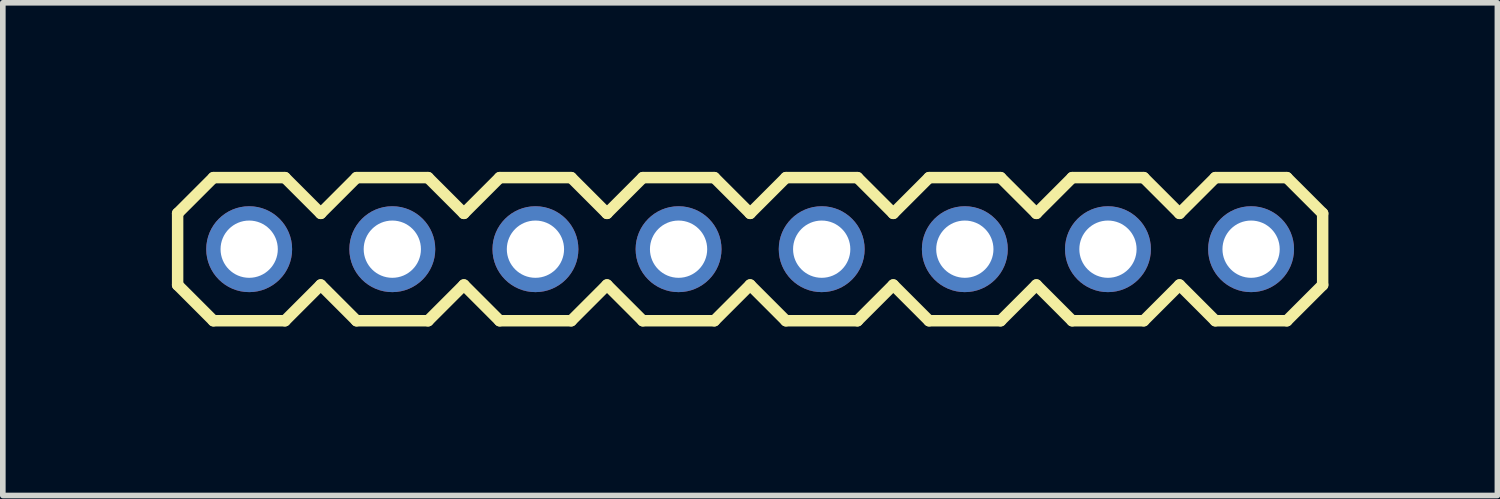
<source format=kicad_pcb>
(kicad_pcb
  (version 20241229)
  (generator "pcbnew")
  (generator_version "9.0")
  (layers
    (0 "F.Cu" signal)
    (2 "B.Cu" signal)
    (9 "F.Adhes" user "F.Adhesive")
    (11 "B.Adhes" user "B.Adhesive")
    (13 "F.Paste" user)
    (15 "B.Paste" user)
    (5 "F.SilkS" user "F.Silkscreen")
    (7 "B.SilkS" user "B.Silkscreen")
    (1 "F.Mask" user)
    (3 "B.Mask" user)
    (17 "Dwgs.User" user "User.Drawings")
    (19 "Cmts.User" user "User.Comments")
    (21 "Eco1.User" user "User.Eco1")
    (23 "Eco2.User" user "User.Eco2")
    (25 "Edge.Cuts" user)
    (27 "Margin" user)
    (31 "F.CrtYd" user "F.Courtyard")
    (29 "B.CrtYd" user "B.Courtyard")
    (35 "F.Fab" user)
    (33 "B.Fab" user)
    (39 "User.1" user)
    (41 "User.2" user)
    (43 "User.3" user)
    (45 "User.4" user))
  (footprint "1X08"
    (layer "F.Cu")
    (at 1.372 1.372)
    (property "Reference" "1X08" (at 0 0 0) (layer "Eco1.User") (effects (font (size 0.6 0.6) (thickness 0.1))))
    (attr through_hole)
    (fp_line (start -1.27 -0.635) (end -1.27 0.635) (stroke (width 0.203) (type solid)) (layer "F.SilkS"))
    (fp_line (start -1.27 0.635) (end -0.635 1.27) (stroke (width 0.203) (type solid)) (layer "F.SilkS"))
    (fp_line (start -0.635 -1.27) (end -1.27 -0.635) (stroke (width 0.203) (type solid)) (layer "F.SilkS"))
    (fp_line (start -0.635 -1.27) (end 0.635 -1.27) (stroke (width 0.203) (type solid)) (layer "F.SilkS"))
    (fp_line (start 0.635 -1.27) (end 1.27 -0.635) (stroke (width 0.203) (type solid)) (layer "F.SilkS"))
    (fp_line (start 0.635 1.27) (end -0.635 1.27) (stroke (width 0.203) (type solid)) (layer "F.SilkS"))
    (fp_line (start 1.27 -0.635) (end 1.905 -1.27) (stroke (width 0.203) (type solid)) (layer "F.SilkS"))
    (fp_line (start 1.27 0.635) (end 0.635 1.27) (stroke (width 0.203) (type solid)) (layer "F.SilkS"))
    (fp_line (start 1.905 -1.27) (end 3.175 -1.27) (stroke (width 0.203) (type solid)) (layer "F.SilkS"))
    (fp_line (start 1.905 1.27) (end 1.27 0.635) (stroke (width 0.203) (type solid)) (layer "F.SilkS"))
    (fp_line (start 3.175 -1.27) (end 3.81 -0.635) (stroke (width 0.203) (type solid)) (layer "F.SilkS"))
    (fp_line (start 3.175 1.27) (end 1.905 1.27) (stroke (width 0.203) (type solid)) (layer "F.SilkS"))
    (fp_line (start 3.81 -0.635) (end 4.445 -1.27) (stroke (width 0.203) (type solid)) (layer "F.SilkS"))
    (fp_line (start 3.81 0.635) (end 3.175 1.27) (stroke (width 0.203) (type solid)) (layer "F.SilkS"))
    (fp_line (start 4.445 -1.27) (end 5.715 -1.27) (stroke (width 0.203) (type solid)) (layer "F.SilkS"))
    (fp_line (start 4.445 1.27) (end 3.81 0.635) (stroke (width 0.203) (type solid)) (layer "F.SilkS"))
    (fp_line (start 5.715 -1.27) (end 6.35 -0.635) (stroke (width 0.203) (type solid)) (layer "F.SilkS"))
    (fp_line (start 5.715 1.27) (end 4.445 1.27) (stroke (width 0.203) (type solid)) (layer "F.SilkS"))
    (fp_line (start 6.35 0.635) (end 5.715 1.27) (stroke (width 0.203) (type solid)) (layer "F.SilkS"))
    (fp_line (start 6.35 0.635) (end 6.985 1.27) (stroke (width 0.203) (type solid)) (layer "F.SilkS"))
    (fp_line (start 6.985 -1.27) (end 6.35 -0.635) (stroke (width 0.203) (type solid)) (layer "F.SilkS"))
    (fp_line (start 6.985 -1.27) (end 8.255 -1.27) (stroke (width 0.203) (type solid)) (layer "F.SilkS"))
    (fp_line (start 8.255 -1.27) (end 8.89 -0.635) (stroke (width 0.203) (type solid)) (layer "F.SilkS"))
    (fp_line (start 8.255 1.27) (end 6.985 1.27) (stroke (width 0.203) (type solid)) (layer "F.SilkS"))
    (fp_line (start 8.89 -0.635) (end 9.525 -1.27) (stroke (width 0.203) (type solid)) (layer "F.SilkS"))
    (fp_line (start 8.89 0.635) (end 8.255 1.27) (stroke (width 0.203) (type solid)) (layer "F.SilkS"))
    (fp_line (start 9.525 -1.27) (end 10.795 -1.27) (stroke (width 0.203) (type solid)) (layer "F.SilkS"))
    (fp_line (start 9.525 1.27) (end 8.89 0.635) (stroke (width 0.203) (type solid)) (layer "F.SilkS"))
    (fp_line (start 10.795 -1.27) (end 11.43 -0.635) (stroke (width 0.203) (type solid)) (layer "F.SilkS"))
    (fp_line (start 10.795 1.27) (end 9.525 1.27) (stroke (width 0.203) (type solid)) (layer "F.SilkS"))
    (fp_line (start 11.43 -0.635) (end 12.065 -1.27) (stroke (width 0.203) (type solid)) (layer "F.SilkS"))
    (fp_line (start 11.43 0.635) (end 10.795 1.27) (stroke (width 0.203) (type solid)) (layer "F.SilkS"))
    (fp_line (start 12.065 -1.27) (end 13.335 -1.27) (stroke (width 0.203) (type solid)) (layer "F.SilkS"))
    (fp_line (start 12.065 1.27) (end 11.43 0.635) (stroke (width 0.203) (type solid)) (layer "F.SilkS"))
    (fp_line (start 13.335 -1.27) (end 13.97 -0.635) (stroke (width 0.203) (type solid)) (layer "F.SilkS"))
    (fp_line (start 13.335 1.27) (end 12.065 1.27) (stroke (width 0.203) (type solid)) (layer "F.SilkS"))
    (fp_line (start 13.97 0.635) (end 13.335 1.27) (stroke (width 0.203) (type solid)) (layer "F.SilkS"))
    (fp_line (start 13.97 0.635) (end 14.605 1.27) (stroke (width 0.203) (type solid)) (layer "F.SilkS"))
    (fp_line (start 14.605 -1.27) (end 13.97 -0.635) (stroke (width 0.203) (type solid)) (layer "F.SilkS"))
    (fp_line (start 14.605 -1.27) (end 15.875 -1.27) (stroke (width 0.203) (type solid)) (layer "F.SilkS"))
    (fp_line (start 15.875 -1.27) (end 16.51 -0.635) (stroke (width 0.203) (type solid)) (layer "F.SilkS"))
    (fp_line (start 15.875 1.27) (end 14.605 1.27) (stroke (width 0.203) (type solid)) (layer "F.SilkS"))
    (fp_line (start 16.51 0.635) (end 15.875 1.27) (stroke (width 0.203) (type solid)) (layer "F.SilkS"))
    (fp_line (start 16.51 0.635) (end 17.145 1.27) (stroke (width 0.203) (type solid)) (layer "F.SilkS"))
    (fp_line (start 17.145 -1.27) (end 16.51 -0.635) (stroke (width 0.203) (type solid)) (layer "F.SilkS"))
    (fp_line (start 17.145 -1.27) (end 18.415 -1.27) (stroke (width 0.203) (type solid)) (layer "F.SilkS"))
    (fp_line (start 18.415 -1.27) (end 19.05 -0.635) (stroke (width 0.203) (type solid)) (layer "F.SilkS"))
    (fp_line (start 18.415 1.27) (end 17.145 1.27) (stroke (width 0.203) (type solid)) (layer "F.SilkS"))
    (fp_line (start 19.05 -0.635) (end 19.05 0.635) (stroke (width 0.203) (type solid)) (layer "F.SilkS"))
    (fp_line (start 19.05 0.635) (end 18.415 1.27) (stroke (width 0.203) (type solid)) (layer "F.SilkS"))
    (pad "1" thru_hole oval (at 0 0 90) (size 1.524 1.524) (drill 1.016) (layers "*.Cu" "*.Mask"))
    (pad "2" thru_hole oval (at 2.54 0 90) (size 1.524 1.524) (drill 1.016) (layers "*.Cu" "*.Mask"))
    (pad "3" thru_hole oval (at 5.08 0 90) (size 1.524 1.524) (drill 1.016) (layers "*.Cu" "*.Mask"))
    (pad "4" thru_hole oval (at 7.62 0 90) (size 1.524 1.524) (drill 1.016) (layers "*.Cu" "*.Mask"))
    (pad "5" thru_hole oval (at 10.16 0 90) (size 1.524 1.524) (drill 1.016) (layers "*.Cu" "*.Mask"))
    (pad "6" thru_hole oval (at 12.7 0 90) (size 1.524 1.524) (drill 1.016) (layers "*.Cu" "*.Mask"))
    (pad "7" thru_hole oval (at 15.24 0 90) (size 1.524 1.524) (drill 1.016) (layers "*.Cu" "*.Mask"))
    (pad "8" thru_hole oval (at 17.78 0 90) (size 1.524 1.524) (drill 1.016) (layers "*.Cu" "*.Mask")))
  (gr_rect
    (start -3 -3)
    (end 23.523 5.743)
    (stroke (width 0.1) (type default))
    (fill no)
    (layer "Edge.Cuts")))
</source>
